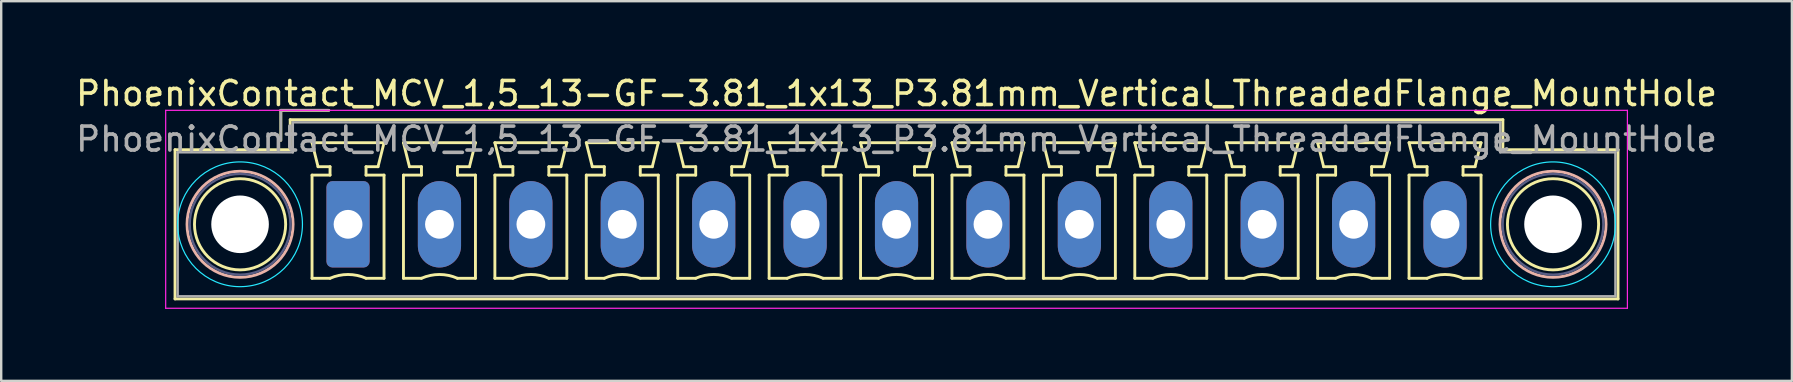
<source format=kicad_pcb>
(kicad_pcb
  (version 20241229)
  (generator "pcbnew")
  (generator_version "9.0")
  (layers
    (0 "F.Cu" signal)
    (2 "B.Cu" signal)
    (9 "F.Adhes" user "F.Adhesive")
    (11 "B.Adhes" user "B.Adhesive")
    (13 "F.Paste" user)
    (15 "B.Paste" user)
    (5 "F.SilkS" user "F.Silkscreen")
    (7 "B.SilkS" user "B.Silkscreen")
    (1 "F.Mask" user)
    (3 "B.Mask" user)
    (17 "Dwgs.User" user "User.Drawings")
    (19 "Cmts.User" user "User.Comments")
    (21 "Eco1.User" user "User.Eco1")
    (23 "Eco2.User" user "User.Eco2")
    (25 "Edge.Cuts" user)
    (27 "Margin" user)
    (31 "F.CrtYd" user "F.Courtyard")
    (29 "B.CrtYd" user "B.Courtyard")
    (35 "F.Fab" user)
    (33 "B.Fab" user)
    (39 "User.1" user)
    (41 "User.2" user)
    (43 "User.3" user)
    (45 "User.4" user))
  (footprint "PhoenixContact_MCV_1,5_13-GF-3.81_1x13_P3.81mm_Vertical_ThreadedFlange_MountHole"
    (layer "F.Cu")
    (at 11.455 6.298)
    (property "Reference" "PhoenixContact_MCV_1,5_13-GF-3.81_1x13_P3.81mm_Vertical_ThreadedFlange_MountHole" (at 22.86 -5.45 0) (layer "F.SilkS") (effects (font (size 1 1) (thickness 0.15))))
    (attr through_hole)
    (fp_line (start -7.21 -3.11) (end -7.21 3.11) (stroke (width 0.12) (type solid)) (layer "F.SilkS"))
    (fp_line (start -7.21 3.11) (end 52.93 3.11) (stroke (width 0.12) (type solid)) (layer "F.SilkS"))
    (fp_line (start -2.8 -4.75) (end -0.8 -4.75) (stroke (width 0.12) (type solid)) (layer "F.SilkS"))
    (fp_line (start -2.8 -3.5) (end -2.8 -4.75) (stroke (width 0.12) (type solid)) (layer "F.SilkS"))
    (fp_line (start -2.41 -4.36) (end -2.41 -3.11) (stroke (width 0.12) (type solid)) (layer "F.SilkS"))
    (fp_line (start -2.41 -3.11) (end -7.21 -3.11) (stroke (width 0.12) (type solid)) (layer "F.SilkS"))
    (fp_line (start -1.5 -3.4) (end 1.5 -3.4) (stroke (width 0.12) (type solid)) (layer "F.SilkS"))
    (fp_line (start -1.5 -2.05) (end -0.75 -2.05) (stroke (width 0.12) (type solid)) (layer "F.SilkS"))
    (fp_line (start -1.5 2.25) (end -1.5 -2.05) (stroke (width 0.12) (type solid)) (layer "F.SilkS"))
    (fp_line (start -1.25 -2.4) (end -1.5 -3.4) (stroke (width 0.12) (type solid)) (layer "F.SilkS"))
    (fp_line (start -0.75 -2.4) (end -1.25 -2.4) (stroke (width 0.12) (type solid)) (layer "F.SilkS"))
    (fp_line (start -0.75 -2.05) (end -0.75 -2.4) (stroke (width 0.12) (type solid)) (layer "F.SilkS"))
    (fp_line (start -0.75 2.25) (end -1.5 2.25) (stroke (width 0.12) (type solid)) (layer "F.SilkS"))
    (fp_line (start 0.75 -2.4) (end 0.75 -2.05) (stroke (width 0.12) (type solid)) (layer "F.SilkS"))
    (fp_line (start 0.75 -2.05) (end 1.5 -2.05) (stroke (width 0.12) (type solid)) (layer "F.SilkS"))
    (fp_line (start 1.25 -2.4) (end 0.75 -2.4) (stroke (width 0.12) (type solid)) (layer "F.SilkS"))
    (fp_line (start 1.5 -3.4) (end 1.25 -2.4) (stroke (width 0.12) (type solid)) (layer "F.SilkS"))
    (fp_line (start 1.5 -2.05) (end 1.5 2.25) (stroke (width 0.12) (type solid)) (layer "F.SilkS"))
    (fp_line (start 1.5 2.25) (end 0.75 2.25) (stroke (width 0.12) (type solid)) (layer "F.SilkS"))
    (fp_line (start 2.31 -3.4) (end 5.31 -3.4) (stroke (width 0.12) (type solid)) (layer "F.SilkS"))
    (fp_line (start 2.31 -2.05) (end 3.06 -2.05) (stroke (width 0.12) (type solid)) (layer "F.SilkS"))
    (fp_line (start 2.31 2.25) (end 2.31 -2.05) (stroke (width 0.12) (type solid)) (layer "F.SilkS"))
    (fp_line (start 2.56 -2.4) (end 2.31 -3.4) (stroke (width 0.12) (type solid)) (layer "F.SilkS"))
    (fp_line (start 3.06 -2.4) (end 2.56 -2.4) (stroke (width 0.12) (type solid)) (layer "F.SilkS"))
    (fp_line (start 3.06 -2.05) (end 3.06 -2.4) (stroke (width 0.12) (type solid)) (layer "F.SilkS"))
    (fp_line (start 3.06 2.25) (end 2.31 2.25) (stroke (width 0.12) (type solid)) (layer "F.SilkS"))
    (fp_line (start 4.56 -2.4) (end 4.56 -2.05) (stroke (width 0.12) (type solid)) (layer "F.SilkS"))
    (fp_line (start 4.56 -2.05) (end 5.31 -2.05) (stroke (width 0.12) (type solid)) (layer "F.SilkS"))
    (fp_line (start 5.06 -2.4) (end 4.56 -2.4) (stroke (width 0.12) (type solid)) (layer "F.SilkS"))
    (fp_line (start 5.31 -3.4) (end 5.06 -2.4) (stroke (width 0.12) (type solid)) (layer "F.SilkS"))
    (fp_line (start 5.31 -2.05) (end 5.31 2.25) (stroke (width 0.12) (type solid)) (layer "F.SilkS"))
    (fp_line (start 5.31 2.25) (end 4.56 2.25) (stroke (width 0.12) (type solid)) (layer "F.SilkS"))
    (fp_line (start 6.12 -3.4) (end 9.12 -3.4) (stroke (width 0.12) (type solid)) (layer "F.SilkS"))
    (fp_line (start 6.12 -2.05) (end 6.87 -2.05) (stroke (width 0.12) (type solid)) (layer "F.SilkS"))
    (fp_line (start 6.12 2.25) (end 6.12 -2.05) (stroke (width 0.12) (type solid)) (layer "F.SilkS"))
    (fp_line (start 6.37 -2.4) (end 6.12 -3.4) (stroke (width 0.12) (type solid)) (layer "F.SilkS"))
    (fp_line (start 6.87 -2.4) (end 6.37 -2.4) (stroke (width 0.12) (type solid)) (layer "F.SilkS"))
    (fp_line (start 6.87 -2.05) (end 6.87 -2.4) (stroke (width 0.12) (type solid)) (layer "F.SilkS"))
    (fp_line (start 6.87 2.25) (end 6.12 2.25) (stroke (width 0.12) (type solid)) (layer "F.SilkS"))
    (fp_line (start 8.37 -2.4) (end 8.37 -2.05) (stroke (width 0.12) (type solid)) (layer "F.SilkS"))
    (fp_line (start 8.37 -2.05) (end 9.12 -2.05) (stroke (width 0.12) (type solid)) (layer "F.SilkS"))
    (fp_line (start 8.87 -2.4) (end 8.37 -2.4) (stroke (width 0.12) (type solid)) (layer "F.SilkS"))
    (fp_line (start 9.12 -3.4) (end 8.87 -2.4) (stroke (width 0.12) (type solid)) (layer "F.SilkS"))
    (fp_line (start 9.12 -2.05) (end 9.12 2.25) (stroke (width 0.12) (type solid)) (layer "F.SilkS"))
    (fp_line (start 9.12 2.25) (end 8.37 2.25) (stroke (width 0.12) (type solid)) (layer "F.SilkS"))
    (fp_line (start 9.93 -3.4) (end 12.93 -3.4) (stroke (width 0.12) (type solid)) (layer "F.SilkS"))
    (fp_line (start 9.93 -2.05) (end 10.68 -2.05) (stroke (width 0.12) (type solid)) (layer "F.SilkS"))
    (fp_line (start 9.93 2.25) (end 9.93 -2.05) (stroke (width 0.12) (type solid)) (layer "F.SilkS"))
    (fp_line (start 10.18 -2.4) (end 9.93 -3.4) (stroke (width 0.12) (type solid)) (layer "F.SilkS"))
    (fp_line (start 10.68 -2.4) (end 10.18 -2.4) (stroke (width 0.12) (type solid)) (layer "F.SilkS"))
    (fp_line (start 10.68 -2.05) (end 10.68 -2.4) (stroke (width 0.12) (type solid)) (layer "F.SilkS"))
    (fp_line (start 10.68 2.25) (end 9.93 2.25) (stroke (width 0.12) (type solid)) (layer "F.SilkS"))
    (fp_line (start 12.18 -2.4) (end 12.18 -2.05) (stroke (width 0.12) (type solid)) (layer "F.SilkS"))
    (fp_line (start 12.18 -2.05) (end 12.93 -2.05) (stroke (width 0.12) (type solid)) (layer "F.SilkS"))
    (fp_line (start 12.68 -2.4) (end 12.18 -2.4) (stroke (width 0.12) (type solid)) (layer "F.SilkS"))
    (fp_line (start 12.93 -3.4) (end 12.68 -2.4) (stroke (width 0.12) (type solid)) (layer "F.SilkS"))
    (fp_line (start 12.93 -2.05) (end 12.93 2.25) (stroke (width 0.12) (type solid)) (layer "F.SilkS"))
    (fp_line (start 12.93 2.25) (end 12.18 2.25) (stroke (width 0.12) (type solid)) (layer "F.SilkS"))
    (fp_line (start 13.74 -3.4) (end 16.74 -3.4) (stroke (width 0.12) (type solid)) (layer "F.SilkS"))
    (fp_line (start 13.74 -2.05) (end 14.49 -2.05) (stroke (width 0.12) (type solid)) (layer "F.SilkS"))
    (fp_line (start 13.74 2.25) (end 13.74 -2.05) (stroke (width 0.12) (type solid)) (layer "F.SilkS"))
    (fp_line (start 13.99 -2.4) (end 13.74 -3.4) (stroke (width 0.12) (type solid)) (layer "F.SilkS"))
    (fp_line (start 14.49 -2.4) (end 13.99 -2.4) (stroke (width 0.12) (type solid)) (layer "F.SilkS"))
    (fp_line (start 14.49 -2.05) (end 14.49 -2.4) (stroke (width 0.12) (type solid)) (layer "F.SilkS"))
    (fp_line (start 14.49 2.25) (end 13.74 2.25) (stroke (width 0.12) (type solid)) (layer "F.SilkS"))
    (fp_line (start 15.99 -2.4) (end 15.99 -2.05) (stroke (width 0.12) (type solid)) (layer "F.SilkS"))
    (fp_line (start 15.99 -2.05) (end 16.74 -2.05) (stroke (width 0.12) (type solid)) (layer "F.SilkS"))
    (fp_line (start 16.49 -2.4) (end 15.99 -2.4) (stroke (width 0.12) (type solid)) (layer "F.SilkS"))
    (fp_line (start 16.74 -3.4) (end 16.49 -2.4) (stroke (width 0.12) (type solid)) (layer "F.SilkS"))
    (fp_line (start 16.74 -2.05) (end 16.74 2.25) (stroke (width 0.12) (type solid)) (layer "F.SilkS"))
    (fp_line (start 16.74 2.25) (end 15.99 2.25) (stroke (width 0.12) (type solid)) (layer "F.SilkS"))
    (fp_line (start 17.55 -3.4) (end 20.55 -3.4) (stroke (width 0.12) (type solid)) (layer "F.SilkS"))
    (fp_line (start 17.55 -2.05) (end 18.3 -2.05) (stroke (width 0.12) (type solid)) (layer "F.SilkS"))
    (fp_line (start 17.55 2.25) (end 17.55 -2.05) (stroke (width 0.12) (type solid)) (layer "F.SilkS"))
    (fp_line (start 17.8 -2.4) (end 17.55 -3.4) (stroke (width 0.12) (type solid)) (layer "F.SilkS"))
    (fp_line (start 18.3 -2.4) (end 17.8 -2.4) (stroke (width 0.12) (type solid)) (layer "F.SilkS"))
    (fp_line (start 18.3 -2.05) (end 18.3 -2.4) (stroke (width 0.12) (type solid)) (layer "F.SilkS"))
    (fp_line (start 18.3 2.25) (end 17.55 2.25) (stroke (width 0.12) (type solid)) (layer "F.SilkS"))
    (fp_line (start 19.8 -2.4) (end 19.8 -2.05) (stroke (width 0.12) (type solid)) (layer "F.SilkS"))
    (fp_line (start 19.8 -2.05) (end 20.55 -2.05) (stroke (width 0.12) (type solid)) (layer "F.SilkS"))
    (fp_line (start 20.3 -2.4) (end 19.8 -2.4) (stroke (width 0.12) (type solid)) (layer "F.SilkS"))
    (fp_line (start 20.55 -3.4) (end 20.3 -2.4) (stroke (width 0.12) (type solid)) (layer "F.SilkS"))
    (fp_line (start 20.55 -2.05) (end 20.55 2.25) (stroke (width 0.12) (type solid)) (layer "F.SilkS"))
    (fp_line (start 20.55 2.25) (end 19.8 2.25) (stroke (width 0.12) (type solid)) (layer "F.SilkS"))
    (fp_line (start 21.36 -3.4) (end 24.36 -3.4) (stroke (width 0.12) (type solid)) (layer "F.SilkS"))
    (fp_line (start 21.36 -2.05) (end 22.11 -2.05) (stroke (width 0.12) (type solid)) (layer "F.SilkS"))
    (fp_line (start 21.36 2.25) (end 21.36 -2.05) (stroke (width 0.12) (type solid)) (layer "F.SilkS"))
    (fp_line (start 21.61 -2.4) (end 21.36 -3.4) (stroke (width 0.12) (type solid)) (layer "F.SilkS"))
    (fp_line (start 22.11 -2.4) (end 21.61 -2.4) (stroke (width 0.12) (type solid)) (layer "F.SilkS"))
    (fp_line (start 22.11 -2.05) (end 22.11 -2.4) (stroke (width 0.12) (type solid)) (layer "F.SilkS"))
    (fp_line (start 22.11 2.25) (end 21.36 2.25) (stroke (width 0.12) (type solid)) (layer "F.SilkS"))
    (fp_line (start 23.61 -2.4) (end 23.61 -2.05) (stroke (width 0.12) (type solid)) (layer "F.SilkS"))
    (fp_line (start 23.61 -2.05) (end 24.36 -2.05) (stroke (width 0.12) (type solid)) (layer "F.SilkS"))
    (fp_line (start 24.11 -2.4) (end 23.61 -2.4) (stroke (width 0.12) (type solid)) (layer "F.SilkS"))
    (fp_line (start 24.36 -3.4) (end 24.11 -2.4) (stroke (width 0.12) (type solid)) (layer "F.SilkS"))
    (fp_line (start 24.36 -2.05) (end 24.36 2.25) (stroke (width 0.12) (type solid)) (layer "F.SilkS"))
    (fp_line (start 24.36 2.25) (end 23.61 2.25) (stroke (width 0.12) (type solid)) (layer "F.SilkS"))
    (fp_line (start 25.17 -3.4) (end 28.17 -3.4) (stroke (width 0.12) (type solid)) (layer "F.SilkS"))
    (fp_line (start 25.17 -2.05) (end 25.92 -2.05) (stroke (width 0.12) (type solid)) (layer "F.SilkS"))
    (fp_line (start 25.17 2.25) (end 25.17 -2.05) (stroke (width 0.12) (type solid)) (layer "F.SilkS"))
    (fp_line (start 25.42 -2.4) (end 25.17 -3.4) (stroke (width 0.12) (type solid)) (layer "F.SilkS"))
    (fp_line (start 25.92 -2.4) (end 25.42 -2.4) (stroke (width 0.12) (type solid)) (layer "F.SilkS"))
    (fp_line (start 25.92 -2.05) (end 25.92 -2.4) (stroke (width 0.12) (type solid)) (layer "F.SilkS"))
    (fp_line (start 25.92 2.25) (end 25.17 2.25) (stroke (width 0.12) (type solid)) (layer "F.SilkS"))
    (fp_line (start 27.42 -2.4) (end 27.42 -2.05) (stroke (width 0.12) (type solid)) (layer "F.SilkS"))
    (fp_line (start 27.42 -2.05) (end 28.17 -2.05) (stroke (width 0.12) (type solid)) (layer "F.SilkS"))
    (fp_line (start 27.92 -2.4) (end 27.42 -2.4) (stroke (width 0.12) (type solid)) (layer "F.SilkS"))
    (fp_line (start 28.17 -3.4) (end 27.92 -2.4) (stroke (width 0.12) (type solid)) (layer "F.SilkS"))
    (fp_line (start 28.17 -2.05) (end 28.17 2.25) (stroke (width 0.12) (type solid)) (layer "F.SilkS"))
    (fp_line (start 28.17 2.25) (end 27.42 2.25) (stroke (width 0.12) (type solid)) (layer "F.SilkS"))
    (fp_line (start 28.98 -3.4) (end 31.98 -3.4) (stroke (width 0.12) (type solid)) (layer "F.SilkS"))
    (fp_line (start 28.98 -2.05) (end 29.73 -2.05) (stroke (width 0.12) (type solid)) (layer "F.SilkS"))
    (fp_line (start 28.98 2.25) (end 28.98 -2.05) (stroke (width 0.12) (type solid)) (layer "F.SilkS"))
    (fp_line (start 29.23 -2.4) (end 28.98 -3.4) (stroke (width 0.12) (type solid)) (layer "F.SilkS"))
    (fp_line (start 29.73 -2.4) (end 29.23 -2.4) (stroke (width 0.12) (type solid)) (layer "F.SilkS"))
    (fp_line (start 29.73 -2.05) (end 29.73 -2.4) (stroke (width 0.12) (type solid)) (layer "F.SilkS"))
    (fp_line (start 29.73 2.25) (end 28.98 2.25) (stroke (width 0.12) (type solid)) (layer "F.SilkS"))
    (fp_line (start 31.23 -2.4) (end 31.23 -2.05) (stroke (width 0.12) (type solid)) (layer "F.SilkS"))
    (fp_line (start 31.23 -2.05) (end 31.98 -2.05) (stroke (width 0.12) (type solid)) (layer "F.SilkS"))
    (fp_line (start 31.73 -2.4) (end 31.23 -2.4) (stroke (width 0.12) (type solid)) (layer "F.SilkS"))
    (fp_line (start 31.98 -3.4) (end 31.73 -2.4) (stroke (width 0.12) (type solid)) (layer "F.SilkS"))
    (fp_line (start 31.98 -2.05) (end 31.98 2.25) (stroke (width 0.12) (type solid)) (layer "F.SilkS"))
    (fp_line (start 31.98 2.25) (end 31.23 2.25) (stroke (width 0.12) (type solid)) (layer "F.SilkS"))
    (fp_line (start 32.79 -3.4) (end 35.79 -3.4) (stroke (width 0.12) (type solid)) (layer "F.SilkS"))
    (fp_line (start 32.79 -2.05) (end 33.54 -2.05) (stroke (width 0.12) (type solid)) (layer "F.SilkS"))
    (fp_line (start 32.79 2.25) (end 32.79 -2.05) (stroke (width 0.12) (type solid)) (layer "F.SilkS"))
    (fp_line (start 33.04 -2.4) (end 32.79 -3.4) (stroke (width 0.12) (type solid)) (layer "F.SilkS"))
    (fp_line (start 33.54 -2.4) (end 33.04 -2.4) (stroke (width 0.12) (type solid)) (layer "F.SilkS"))
    (fp_line (start 33.54 -2.05) (end 33.54 -2.4) (stroke (width 0.12) (type solid)) (layer "F.SilkS"))
    (fp_line (start 33.54 2.25) (end 32.79 2.25) (stroke (width 0.12) (type solid)) (layer "F.SilkS"))
    (fp_line (start 35.04 -2.4) (end 35.04 -2.05) (stroke (width 0.12) (type solid)) (layer "F.SilkS"))
    (fp_line (start 35.04 -2.05) (end 35.79 -2.05) (stroke (width 0.12) (type solid)) (layer "F.SilkS"))
    (fp_line (start 35.54 -2.4) (end 35.04 -2.4) (stroke (width 0.12) (type solid)) (layer "F.SilkS"))
    (fp_line (start 35.79 -3.4) (end 35.54 -2.4) (stroke (width 0.12) (type solid)) (layer "F.SilkS"))
    (fp_line (start 35.79 -2.05) (end 35.79 2.25) (stroke (width 0.12) (type solid)) (layer "F.SilkS"))
    (fp_line (start 35.79 2.25) (end 35.04 2.25) (stroke (width 0.12) (type solid)) (layer "F.SilkS"))
    (fp_line (start 36.6 -3.4) (end 39.6 -3.4) (stroke (width 0.12) (type solid)) (layer "F.SilkS"))
    (fp_line (start 36.6 -2.05) (end 37.35 -2.05) (stroke (width 0.12) (type solid)) (layer "F.SilkS"))
    (fp_line (start 36.6 2.25) (end 36.6 -2.05) (stroke (width 0.12) (type solid)) (layer "F.SilkS"))
    (fp_line (start 36.85 -2.4) (end 36.6 -3.4) (stroke (width 0.12) (type solid)) (layer "F.SilkS"))
    (fp_line (start 37.35 -2.4) (end 36.85 -2.4) (stroke (width 0.12) (type solid)) (layer "F.SilkS"))
    (fp_line (start 37.35 -2.05) (end 37.35 -2.4) (stroke (width 0.12) (type solid)) (layer "F.SilkS"))
    (fp_line (start 37.35 2.25) (end 36.6 2.25) (stroke (width 0.12) (type solid)) (layer "F.SilkS"))
    (fp_line (start 38.85 -2.4) (end 38.85 -2.05) (stroke (width 0.12) (type solid)) (layer "F.SilkS"))
    (fp_line (start 38.85 -2.05) (end 39.6 -2.05) (stroke (width 0.12) (type solid)) (layer "F.SilkS"))
    (fp_line (start 39.35 -2.4) (end 38.85 -2.4) (stroke (width 0.12) (type solid)) (layer "F.SilkS"))
    (fp_line (start 39.6 -3.4) (end 39.35 -2.4) (stroke (width 0.12) (type solid)) (layer "F.SilkS"))
    (fp_line (start 39.6 -2.05) (end 39.6 2.25) (stroke (width 0.12) (type solid)) (layer "F.SilkS"))
    (fp_line (start 39.6 2.25) (end 38.85 2.25) (stroke (width 0.12) (type solid)) (layer "F.SilkS"))
    (fp_line (start 40.41 -3.4) (end 43.41 -3.4) (stroke (width 0.12) (type solid)) (layer "F.SilkS"))
    (fp_line (start 40.41 -2.05) (end 41.16 -2.05) (stroke (width 0.12) (type solid)) (layer "F.SilkS"))
    (fp_line (start 40.41 2.25) (end 40.41 -2.05) (stroke (width 0.12) (type solid)) (layer "F.SilkS"))
    (fp_line (start 40.66 -2.4) (end 40.41 -3.4) (stroke (width 0.12) (type solid)) (layer "F.SilkS"))
    (fp_line (start 41.16 -2.4) (end 40.66 -2.4) (stroke (width 0.12) (type solid)) (layer "F.SilkS"))
    (fp_line (start 41.16 -2.05) (end 41.16 -2.4) (stroke (width 0.12) (type solid)) (layer "F.SilkS"))
    (fp_line (start 41.16 2.25) (end 40.41 2.25) (stroke (width 0.12) (type solid)) (layer "F.SilkS"))
    (fp_line (start 42.66 -2.4) (end 42.66 -2.05) (stroke (width 0.12) (type solid)) (layer "F.SilkS"))
    (fp_line (start 42.66 -2.05) (end 43.41 -2.05) (stroke (width 0.12) (type solid)) (layer "F.SilkS"))
    (fp_line (start 43.16 -2.4) (end 42.66 -2.4) (stroke (width 0.12) (type solid)) (layer "F.SilkS"))
    (fp_line (start 43.41 -3.4) (end 43.16 -2.4) (stroke (width 0.12) (type solid)) (layer "F.SilkS"))
    (fp_line (start 43.41 -2.05) (end 43.41 2.25) (stroke (width 0.12) (type solid)) (layer "F.SilkS"))
    (fp_line (start 43.41 2.25) (end 42.66 2.25) (stroke (width 0.12) (type solid)) (layer "F.SilkS"))
    (fp_line (start 44.22 -3.4) (end 47.22 -3.4) (stroke (width 0.12) (type solid)) (layer "F.SilkS"))
    (fp_line (start 44.22 -2.05) (end 44.97 -2.05) (stroke (width 0.12) (type solid)) (layer "F.SilkS"))
    (fp_line (start 44.22 2.25) (end 44.22 -2.05) (stroke (width 0.12) (type solid)) (layer "F.SilkS"))
    (fp_line (start 44.47 -2.4) (end 44.22 -3.4) (stroke (width 0.12) (type solid)) (layer "F.SilkS"))
    (fp_line (start 44.97 -2.4) (end 44.47 -2.4) (stroke (width 0.12) (type solid)) (layer "F.SilkS"))
    (fp_line (start 44.97 -2.05) (end 44.97 -2.4) (stroke (width 0.12) (type solid)) (layer "F.SilkS"))
    (fp_line (start 44.97 2.25) (end 44.22 2.25) (stroke (width 0.12) (type solid)) (layer "F.SilkS"))
    (fp_line (start 46.47 -2.4) (end 46.47 -2.05) (stroke (width 0.12) (type solid)) (layer "F.SilkS"))
    (fp_line (start 46.47 -2.05) (end 47.22 -2.05) (stroke (width 0.12) (type solid)) (layer "F.SilkS"))
    (fp_line (start 46.97 -2.4) (end 46.47 -2.4) (stroke (width 0.12) (type solid)) (layer "F.SilkS"))
    (fp_line (start 47.22 -3.4) (end 46.97 -2.4) (stroke (width 0.12) (type solid)) (layer "F.SilkS"))
    (fp_line (start 47.22 -2.05) (end 47.22 2.25) (stroke (width 0.12) (type solid)) (layer "F.SilkS"))
    (fp_line (start 47.22 2.25) (end 46.47 2.25) (stroke (width 0.12) (type solid)) (layer "F.SilkS"))
    (fp_line (start 48.13 -4.36) (end -2.41 -4.36) (stroke (width 0.12) (type solid)) (layer "F.SilkS"))
    (fp_line (start 48.13 -3.11) (end 48.13 -4.36) (stroke (width 0.12) (type solid)) (layer "F.SilkS"))
    (fp_line (start 52.93 -3.11) (end 48.13 -3.11) (stroke (width 0.12) (type solid)) (layer "F.SilkS"))
    (fp_line (start 52.93 3.11) (end 52.93 -3.11) (stroke (width 0.12) (type solid)) (layer "F.SilkS"))
    (fp_arc (start -0.75 2.25) (mid -0.000193 2.09191) (end 0.749647 2.249844) (stroke (width 0.12) (type solid)) (layer "F.SilkS"))
    (fp_arc (start 3.06 2.25) (mid 3.809807 2.09191) (end 4.559647 2.249844) (stroke (width 0.12) (type solid)) (layer "F.SilkS"))
    (fp_arc (start 6.87 2.25) (mid 7.619807 2.09191) (end 8.369647 2.249844) (stroke (width 0.12) (type solid)) (layer "F.SilkS"))
    (fp_arc (start 10.68 2.25) (mid 11.429807 2.09191) (end 12.179647 2.249844) (stroke (width 0.12) (type solid)) (layer "F.SilkS"))
    (fp_arc (start 14.49 2.25) (mid 15.239807 2.09191) (end 15.989647 2.249844) (stroke (width 0.12) (type solid)) (layer "F.SilkS"))
    (fp_arc (start 18.3 2.25) (mid 19.049807 2.09191) (end 19.799647 2.249844) (stroke (width 0.12) (type solid)) (layer "F.SilkS"))
    (fp_arc (start 22.11 2.25) (mid 22.859807 2.09191) (end 23.609647 2.249844) (stroke (width 0.12) (type solid)) (layer "F.SilkS"))
    (fp_arc (start 25.92 2.25) (mid 26.669807 2.09191) (end 27.419647 2.249844) (stroke (width 0.12) (type solid)) (layer "F.SilkS"))
    (fp_arc (start 29.73 2.25) (mid 30.479807 2.09191) (end 31.229647 2.249844) (stroke (width 0.12) (type solid)) (layer "F.SilkS"))
    (fp_arc (start 33.54 2.25) (mid 34.289807 2.09191) (end 35.039647 2.249844) (stroke (width 0.12) (type solid)) (layer "F.SilkS"))
    (fp_arc (start 37.35 2.25) (mid 38.099807 2.09191) (end 38.849647 2.249844) (stroke (width 0.12) (type solid)) (layer "F.SilkS"))
    (fp_arc (start 41.16 2.25) (mid 41.909807 2.09191) (end 42.659647 2.249844) (stroke (width 0.12) (type solid)) (layer "F.SilkS"))
    (fp_arc (start 44.97 2.25) (mid 45.719807 2.09191) (end 46.469647 2.249844) (stroke (width 0.12) (type solid)) (layer "F.SilkS"))
    (fp_circle (center -4.5 0) (end -2.6 0) (stroke (width 0.12) (type solid)) (fill no) (layer "F.SilkS"))
    (fp_circle (center 50.22 0) (end 52.12 0) (stroke (width 0.12) (type solid)) (fill no) (layer "F.SilkS"))
    (fp_circle (center -4.5 0) (end -2.29 0) (stroke (width 0.12) (type solid)) (fill no) (layer "B.SilkS"))
    (fp_circle (center 50.22 0) (end 52.43 0) (stroke (width 0.12) (type solid)) (fill no) (layer "B.SilkS"))
    (fp_circle (center -4.5 0) (end -1.9 0) (stroke (width 0.05) (type solid)) (fill no) (layer "B.CrtYd"))
    (fp_circle (center 50.22 0) (end 52.82 0) (stroke (width 0.05) (type solid)) (fill no) (layer "B.CrtYd"))
    (fp_line (start -7.6 -4.75) (end -7.6 3.5) (stroke (width 0.05) (type solid)) (layer "F.CrtYd"))
    (fp_line (start -7.6 3.5) (end 53.32 3.5) (stroke (width 0.05) (type solid)) (layer "F.CrtYd"))
    (fp_line (start 53.32 -4.75) (end -7.6 -4.75) (stroke (width 0.05) (type solid)) (layer "F.CrtYd"))
    (fp_line (start 53.32 3.5) (end 53.32 -4.75) (stroke (width 0.05) (type solid)) (layer "F.CrtYd"))
    (fp_circle (center -4.5 0) (end -2.4 0) (stroke (width 0.1) (type solid)) (fill no) (layer "B.Fab"))
    (fp_circle (center 50.22 0) (end 52.32 0) (stroke (width 0.1) (type solid)) (fill no) (layer "B.Fab"))
    (fp_line (start -7.1 -3) (end -7.1 3) (stroke (width 0.1) (type solid)) (layer "F.Fab"))
    (fp_line (start -7.1 3) (end 52.82 3) (stroke (width 0.1) (type solid)) (layer "F.Fab"))
    (fp_line (start -2.8 -4.75) (end -0.8 -4.75) (stroke (width 0.1) (type solid)) (layer "F.Fab"))
    (fp_line (start -2.8 -3.5) (end -2.8 -4.75) (stroke (width 0.1) (type solid)) (layer "F.Fab"))
    (fp_line (start -2.3 -4.25) (end -2.3 -3) (stroke (width 0.1) (type solid)) (layer "F.Fab"))
    (fp_line (start -2.3 -3) (end -7.1 -3) (stroke (width 0.1) (type solid)) (layer "F.Fab"))
    (fp_line (start 48.02 -4.25) (end -2.3 -4.25) (stroke (width 0.1) (type solid)) (layer "F.Fab"))
    (fp_line (start 48.02 -3) (end 48.02 -4.25) (stroke (width 0.1) (type solid)) (layer "F.Fab"))
    (fp_line (start 52.82 -3) (end 48.02 -3) (stroke (width 0.1) (type solid)) (layer "F.Fab"))
    (fp_line (start 52.82 3) (end 52.82 -3) (stroke (width 0.1) (type solid)) (layer "F.Fab"))
    (fp_text user "${REFERENCE}" (at 22.86 -3.55 0) (layer "F.Fab") (effects (font (size 1 1) (thickness 0.15))))
    (pad "" np_thru_hole circle (at -4.5 0) (size 2.4 2.4) (drill 2.4) (layers "*.Cu" "*.Mask"))
    (pad "" np_thru_hole circle (at 50.22 0) (size 2.4 2.4) (drill 2.4) (layers "*.Cu" "*.Mask"))
    (pad "1" thru_hole roundrect (at 0 0) (size 1.8 3.6) (drill 1.2) (layers "*.Cu" "*.Mask") (roundrect_rratio 0.139))
    (pad "2" thru_hole oval (at 3.81 0) (size 1.8 3.6) (drill 1.2) (layers "*.Cu" "*.Mask"))
    (pad "3" thru_hole oval (at 7.62 0) (size 1.8 3.6) (drill 1.2) (layers "*.Cu" "*.Mask"))
    (pad "4" thru_hole oval (at 11.43 0) (size 1.8 3.6) (drill 1.2) (layers "*.Cu" "*.Mask"))
    (pad "5" thru_hole oval (at 15.24 0) (size 1.8 3.6) (drill 1.2) (layers "*.Cu" "*.Mask"))
    (pad "6" thru_hole oval (at 19.05 0) (size 1.8 3.6) (drill 1.2) (layers "*.Cu" "*.Mask"))
    (pad "7" thru_hole oval (at 22.86 0) (size 1.8 3.6) (drill 1.2) (layers "*.Cu" "*.Mask"))
    (pad "8" thru_hole oval (at 26.67 0) (size 1.8 3.6) (drill 1.2) (layers "*.Cu" "*.Mask"))
    (pad "9" thru_hole oval (at 30.48 0) (size 1.8 3.6) (drill 1.2) (layers "*.Cu" "*.Mask"))
    (pad "10" thru_hole oval (at 34.29 0) (size 1.8 3.6) (drill 1.2) (layers "*.Cu" "*.Mask"))
    (pad "11" thru_hole oval (at 38.1 0) (size 1.8 3.6) (drill 1.2) (layers "*.Cu" "*.Mask"))
    (pad "12" thru_hole oval (at 41.91 0) (size 1.8 3.6) (drill 1.2) (layers "*.Cu" "*.Mask"))
    (pad "13" thru_hole oval (at 45.72 0) (size 1.8 3.6) (drill 1.2) (layers "*.Cu" "*.Mask")))
  (gr_rect
    (start -3 -3)
    (end 71.631 12.823)
    (stroke (width 0.1) (type default))
    (fill no)
    (layer "Edge.Cuts")))
</source>
